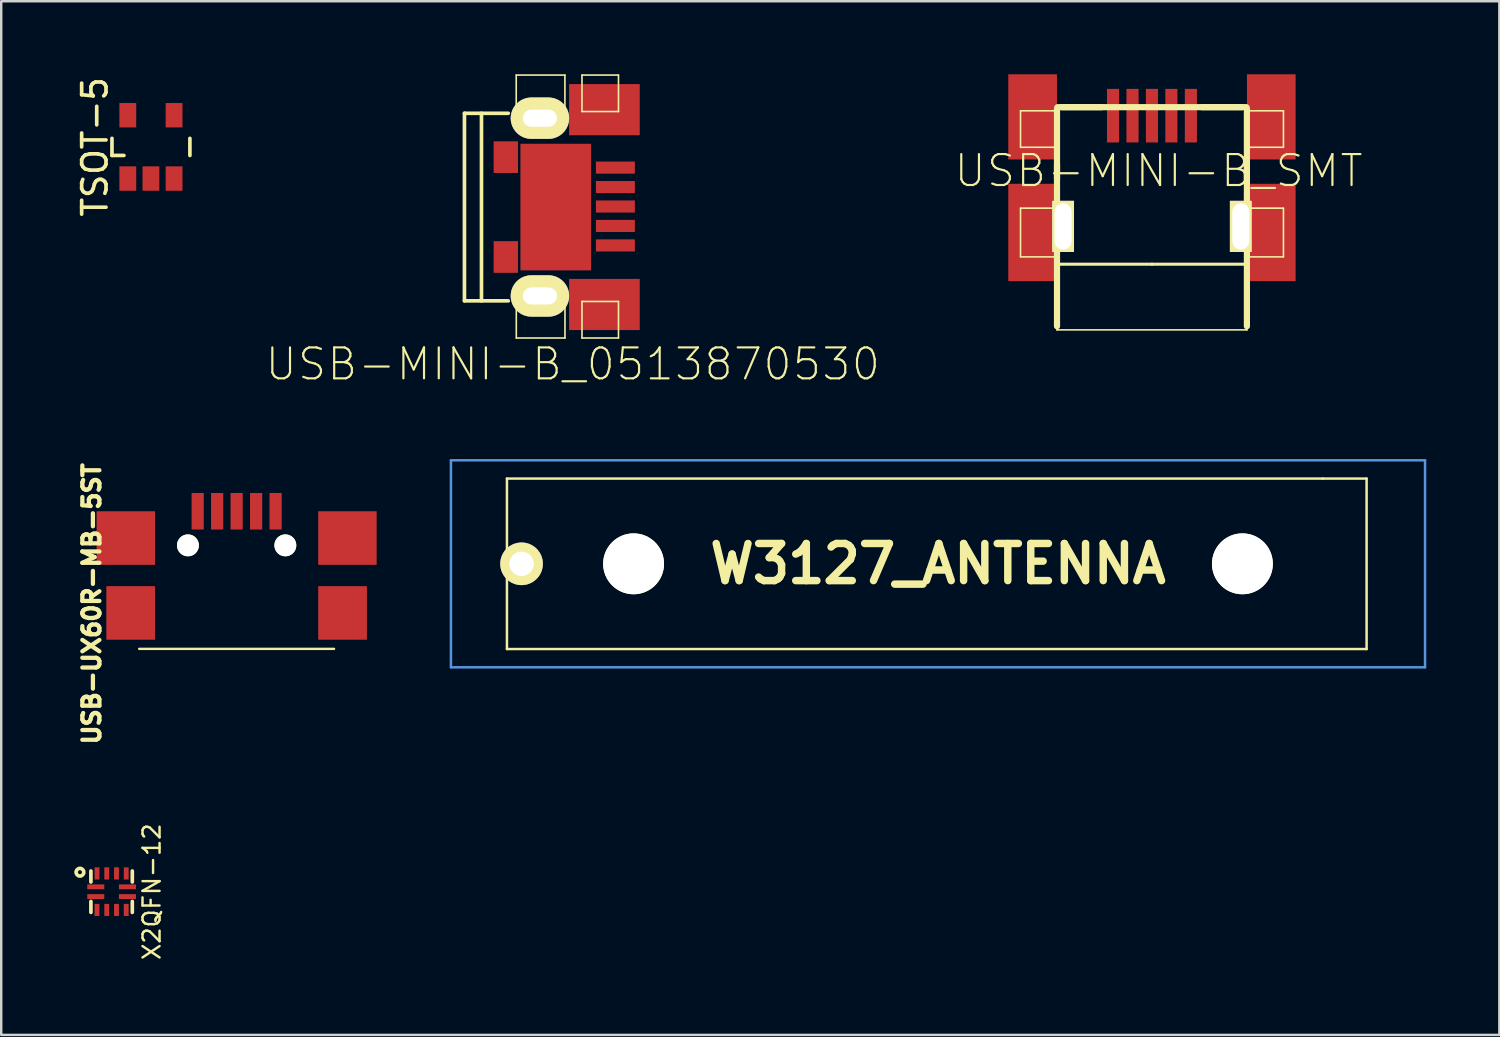
<source format=kicad_pcb>
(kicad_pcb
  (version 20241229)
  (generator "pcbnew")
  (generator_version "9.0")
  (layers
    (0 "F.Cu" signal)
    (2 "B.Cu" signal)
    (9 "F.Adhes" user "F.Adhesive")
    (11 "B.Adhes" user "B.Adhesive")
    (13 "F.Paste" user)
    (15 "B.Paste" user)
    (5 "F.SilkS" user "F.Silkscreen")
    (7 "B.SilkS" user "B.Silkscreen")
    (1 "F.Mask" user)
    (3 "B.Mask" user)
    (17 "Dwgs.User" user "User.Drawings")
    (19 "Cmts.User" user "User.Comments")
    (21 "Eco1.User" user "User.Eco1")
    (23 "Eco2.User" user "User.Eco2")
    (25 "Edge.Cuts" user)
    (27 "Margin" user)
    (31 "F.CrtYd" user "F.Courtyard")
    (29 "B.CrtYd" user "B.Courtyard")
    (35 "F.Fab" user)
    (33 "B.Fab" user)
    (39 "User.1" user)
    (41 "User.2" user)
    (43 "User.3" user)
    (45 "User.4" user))
  (footprint "W3127_ANTENNA"
    (layer "F.Cu")
    (at 35.467 20.102)
    (property "Reference" "W3127_ANTENNA" (at 0 0 0) (layer "F.SilkS") (effects (font (size 1.524 1.524) (thickness 0.305))))
    (attr through_hole)
    (fp_line (start -17.7 -3.5) (end 15.8 -3.5) (stroke (width 0.102) (type solid)) (layer "F.SilkS"))
    (fp_line (start -17.7 0) (end -17.7 -3.5) (stroke (width 0.102) (type solid)) (layer "F.SilkS"))
    (fp_line (start -17.7 3.5) (end -17.7 0) (stroke (width 0.102) (type solid)) (layer "F.SilkS"))
    (fp_line (start 15.8 -3.5) (end 17.6 -3.5) (stroke (width 0.102) (type solid)) (layer "F.SilkS"))
    (fp_line (start 17.6 -3.5) (end 17.6 3.5) (stroke (width 0.102) (type solid)) (layer "F.SilkS"))
    (fp_line (start 17.6 3.5) (end -17.7 3.5) (stroke (width 0.102) (type solid)) (layer "F.SilkS"))
    (fp_line (start -20 -4.25) (end 20 -4.25) (stroke (width 0.102) (type solid)) (layer "Cmts.User"))
    (fp_line (start -20 4.25) (end -20 -4.25) (stroke (width 0.102) (type solid)) (layer "Cmts.User"))
    (fp_line (start 20 -4.25) (end 20 4.25) (stroke (width 0.102) (type solid)) (layer "Cmts.User"))
    (fp_line (start 20 4.25) (end -20 4.25) (stroke (width 0.102) (type solid)) (layer "Cmts.User"))
    (pad "" np_thru_hole circle (at -12.5 0) (size 2.5 2.5) (drill 2.5) (layers "*.Cu" "*.Mask" "F.SilkS"))
    (pad "" np_thru_hole circle (at 12.5 0) (size 2.5 2.5) (drill 2.5) (layers "*.Cu" "*.Mask" "F.SilkS"))
    (pad "1" thru_hole circle (at -17.1 0) (size 1.75 1.75) (drill 1) (layers "*.Cu" "*.Mask" "F.SilkS")))
  (footprint "USB-MINI-B_SMT"
    (layer "F.Cu")
    (at 44.253 5.198)
    (property "Reference" "USB-MINI-B_SMT" (at 0.274 -1.234 0) (layer "F.SilkS") (effects (font (size 1.27 1.27) (thickness 0.089))))
    (attr smd)
    (fp_line (start -5.397 -3.698) (end -3.899 -3.698) (stroke (width 0.066) (type solid)) (layer "F.SilkS"))
    (fp_line (start -5.397 -2.2) (end -5.397 -3.698) (stroke (width 0.066) (type solid)) (layer "F.SilkS"))
    (fp_line (start -5.397 -2.2) (end -3.899 -2.2) (stroke (width 0.066) (type solid)) (layer "F.SilkS"))
    (fp_line (start -5.397 0.3) (end -3.899 0.3) (stroke (width 0.066) (type solid)) (layer "F.SilkS"))
    (fp_line (start -5.397 2.299) (end -5.397 0.3) (stroke (width 0.066) (type solid)) (layer "F.SilkS"))
    (fp_line (start -5.397 2.299) (end -3.899 2.299) (stroke (width 0.066) (type solid)) (layer "F.SilkS"))
    (fp_line (start -3.899 -2.2) (end -3.899 -3.698) (stroke (width 0.066) (type solid)) (layer "F.SilkS"))
    (fp_line (start -3.899 -1.496) (end -3.899 -0.899) (stroke (width 0.254) (type solid)) (layer "F.SilkS"))
    (fp_line (start -3.899 2.299) (end -3.899 0.3) (stroke (width 0.066) (type solid)) (layer "F.SilkS"))
    (fp_line (start -3.899 5.149) (end -3.899 -3.8) (stroke (width 0.254) (type solid)) (layer "F.SilkS"))
    (fp_line (start -3.899 5.298) (end -3.899 2.098) (stroke (width 0.066) (type solid)) (layer "F.SilkS"))
    (fp_line (start -3.899 5.298) (end 3.899 5.298) (stroke (width 0.066) (type solid)) (layer "F.SilkS"))
    (fp_line (start -3.876 -3.848) (end 3.876 -3.848) (stroke (width 0.254) (type solid)) (layer "F.SilkS"))
    (fp_line (start -3.696 -3.848) (end -2.05 -3.848) (stroke (width 0.254) (type solid)) (layer "F.SilkS"))
    (fp_line (start 0 2.601) (end -3.8 2.601) (stroke (width 0.127) (type solid)) (layer "F.SilkS"))
    (fp_line (start 0 2.601) (end 3.8 2.601) (stroke (width 0.127) (type solid)) (layer "F.SilkS"))
    (fp_line (start 3.696 -3.848) (end 2.05 -3.848) (stroke (width 0.254) (type solid)) (layer "F.SilkS"))
    (fp_line (start 3.899 -3.698) (end 5.4 -3.698) (stroke (width 0.066) (type solid)) (layer "F.SilkS"))
    (fp_line (start 3.899 -2.2) (end 3.899 -3.698) (stroke (width 0.066) (type solid)) (layer "F.SilkS"))
    (fp_line (start 3.899 -2.2) (end 5.4 -2.2) (stroke (width 0.066) (type solid)) (layer "F.SilkS"))
    (fp_line (start 3.899 -1.496) (end 3.899 -0.899) (stroke (width 0.254) (type solid)) (layer "F.SilkS"))
    (fp_line (start 3.899 0.3) (end 5.4 0.3) (stroke (width 0.066) (type solid)) (layer "F.SilkS"))
    (fp_line (start 3.899 2.299) (end 3.899 0.3) (stroke (width 0.066) (type solid)) (layer "F.SilkS"))
    (fp_line (start 3.899 2.299) (end 5.4 2.299) (stroke (width 0.066) (type solid)) (layer "F.SilkS"))
    (fp_line (start 3.899 5.149) (end 3.899 -3.8) (stroke (width 0.254) (type solid)) (layer "F.SilkS"))
    (fp_line (start 3.899 5.298) (end 3.899 2.098) (stroke (width 0.066) (type solid)) (layer "F.SilkS"))
    (fp_line (start 5.4 -2.2) (end 5.4 -3.698) (stroke (width 0.066) (type solid)) (layer "F.SilkS"))
    (fp_line (start 5.4 2.299) (end 5.4 0.3) (stroke (width 0.066) (type solid)) (layer "F.SilkS"))
    (pad "1" smd rect (at -1.598 -3.498) (size 0.498 2.2) (layers "F.Cu" "F.Mask" "F.Paste"))
    (pad "2" smd rect (at -0.798 -3.498) (size 0.498 2.2) (layers "F.Cu" "F.Mask" "F.Paste"))
    (pad "3" smd rect (at 0 -3.498) (size 0.498 2.2) (layers "F.Cu" "F.Mask" "F.Paste"))
    (pad "4" smd rect (at 0.798 -3.498) (size 0.498 2.2) (layers "F.Cu" "F.Mask" "F.Paste"))
    (pad "5" smd rect (at 1.598 -3.498) (size 0.498 2.2) (layers "F.Cu" "F.Mask" "F.Paste"))
    (pad "6" smd rect (at -4.9 1.298) (size 1.999 3.998) (layers "F.Cu" "F.Mask" "F.Paste"))
    (pad "6" thru_hole rect (at -3.65 1.049) (size 0.899 2.101) (drill oval 0.701 1.9) (layers "*.Cu" "*.Mask" "F.SilkS"))
    (pad "6" thru_hole rect (at 3.65 1.049) (size 0.899 2.101) (drill oval 0.701 1.9) (layers "*.Cu" "*.Mask" "F.SilkS"))
    (pad "6" smd rect (at 4.9 -3.449) (size 1.999 3.498) (layers "F.Cu" "F.Mask" "F.Paste"))
    (pad "6" smd rect (at 4.9 1.298) (size 1.999 3.998) (layers "F.Cu" "F.Mask" "F.Paste"))
    (pad "66" smd rect (at -4.9 -3.449) (size 1.999 3.498) (layers "F.Cu" "F.Mask" "F.Paste")))
  (footprint "X2QFN-12"
    (layer "F.Cu")
    (at 1.533 33.566)
    (property "Reference" "X2QFN-12" (at 1.65 0 90) (layer "F.SilkS") (effects (font (size 0.7 0.7) (thickness 0.1))))
    (attr through_hole)
    (fp_line (start -0.85 -0.4) (end -0.85 -0.85) (stroke (width 0.15) (type solid)) (layer "F.SilkS"))
    (fp_line (start -0.85 0.4) (end -0.85 0.85) (stroke (width 0.15) (type solid)) (layer "F.SilkS"))
    (fp_line (start 0.85 -0.4) (end 0.85 -0.85) (stroke (width 0.15) (type solid)) (layer "F.SilkS"))
    (fp_line (start 0.85 0.4) (end 0.85 0.85) (stroke (width 0.15) (type solid)) (layer "F.SilkS"))
    (fp_circle (center -1.3 -0.8) (end -1.15 -0.75) (stroke (width 0.15) (type solid)) (fill no) (layer "F.SilkS"))
    (pad "1" smd rect (at -0.65 -0.2) (size 0.7 0.2) (layers "F.Cu" "F.Mask" "F.Paste"))
    (pad "2" smd rect (at -0.65 0.2) (size 0.7 0.2) (layers "F.Cu" "F.Mask" "F.Paste"))
    (pad "3" smd rect (at -0.6 0.75 90) (size 0.5 0.2) (layers "F.Cu" "F.Mask" "F.Paste"))
    (pad "4" smd rect (at -0.2 0.75 90) (size 0.5 0.2) (layers "F.Cu" "F.Mask" "F.Paste"))
    (pad "5" smd rect (at 0.2 0.75 90) (size 0.5 0.2) (layers "F.Cu" "F.Mask" "F.Paste"))
    (pad "6" smd rect (at 0.6 0.75 90) (size 0.5 0.2) (layers "F.Cu" "F.Mask" "F.Paste"))
    (pad "7" smd rect (at 0.65 0.2) (size 0.7 0.2) (layers "F.Cu" "F.Mask" "F.Paste"))
    (pad "8" smd rect (at 0.65 -0.2) (size 0.7 0.2) (layers "F.Cu" "F.Mask" "F.Paste"))
    (pad "9" smd rect (at 0.6 -0.75 90) (size 0.5 0.2) (layers "F.Cu" "F.Mask" "F.Paste"))
    (pad "10" smd rect (at 0.2 -0.75 90) (size 0.5 0.2) (layers "F.Cu" "F.Mask" "F.Paste"))
    (pad "11" smd rect (at -0.2 -0.75 90) (size 0.5 0.2) (layers "F.Cu" "F.Mask" "F.Paste"))
    (pad "12" smd rect (at -0.6 -0.75 90) (size 0.5 0.2) (layers "F.Cu" "F.Mask" "F.Paste")))
  (footprint "USB-UX60R-MB-5ST"
    (layer "F.Cu")
    (at 6.667 19.344)
    (property "Reference" "USB-UX60R-MB-5ST" (at -5.95 2.4 90) (layer "F.SilkS") (effects (font (size 0.7 0.7) (thickness 0.175))))
    (attr through_hole)
    (fp_line (start -4 4.25) (end 4 4.25) (stroke (width 0.099) (type solid)) (layer "F.SilkS"))
    (pad "" np_thru_hole circle (at -2 0) (size 0.9 0.9) (drill 0.9) (layers "*.Cu" "*.Mask" "F.SilkS"))
    (pad "" np_thru_hole circle (at 2 0) (size 0.9 0.9) (drill 0.9) (layers "*.Cu" "*.Mask" "F.SilkS"))
    (pad "1" smd rect (at 1.6 -1.4) (size 0.5 1.5) (layers "F.Cu" "F.Mask" "F.Paste"))
    (pad "2" smd rect (at 0.8 -1.4) (size 0.5 1.5) (layers "F.Cu" "F.Mask" "F.Paste"))
    (pad "3" smd rect (at 0 -1.4) (size 0.5 1.5) (layers "F.Cu" "F.Mask" "F.Paste"))
    (pad "4" smd rect (at -0.8 -1.4) (size 0.5 1.5) (layers "F.Cu" "F.Mask" "F.Paste"))
    (pad "5" smd rect (at -4.55 -0.3) (size 2.4 2.2) (layers "F.Cu" "F.Mask" "F.Paste"))
    (pad "5" smd rect (at -4.35 2.775) (size 2 2.2) (layers "F.Cu" "F.Mask" "F.Paste"))
    (pad "5" smd rect (at -1.6 -1.4) (size 0.5 1.5) (layers "F.Cu" "F.Mask" "F.Paste"))
    (pad "5" smd rect (at 4.35 2.775) (size 2 2.2) (layers "F.Cu" "F.Mask" "F.Paste"))
    (pad "5" smd rect (at 4.55 -0.3) (size 2.4 2.2) (layers "F.Cu" "F.Mask" "F.Paste")))
  (footprint "TSOT-5"
    (layer "F.Cu")
    (at 3.148 2.982)
    (property "Reference" "TSOT-5" (at -2.3 0 90) (layer "F.SilkS") (effects (font (size 1 1) (thickness 0.15))))
    (attr smd)
    (fp_line (start -1.6 -0.351) (end -1.6 0.351) (stroke (width 0.15) (type solid)) (layer "F.SilkS"))
    (fp_line (start -1.6 0.351) (end -1.11 0.351) (stroke (width 0.15) (type solid)) (layer "F.SilkS"))
    (fp_line (start 1.6 -0.351) (end 1.6 0.351) (stroke (width 0.15) (type solid)) (layer "F.SilkS"))
    (pad "1" smd rect (at -0.95 1.3) (size 0.691 1.001) (layers "F.Cu" "F.Mask" "F.Paste"))
    (pad "2" smd rect (at 0 1.3) (size 0.691 1.001) (layers "F.Cu" "F.Mask" "F.Paste"))
    (pad "3" smd rect (at 0.95 1.3) (size 0.691 1.001) (layers "F.Cu" "F.Mask" "F.Paste"))
    (pad "4" smd rect (at 0.95 -1.3) (size 0.691 1.001) (layers "F.Cu" "F.Mask" "F.Paste"))
    (pad "5" smd rect (at -0.95 -1.3) (size 0.691 1.001) (layers "F.Cu" "F.Mask" "F.Paste")))
  (footprint "USB-MINI-B_0513870530"
    (layer "F.Cu")
    (at 19.121 5.453)
    (property "Reference" "USB-MINI-B_0513870530" (at 1.349 6.449 0) (layer "F.SilkS") (effects (font (size 1.27 1.27) (thickness 0.089))))
    (attr smd)
    (fp_line (start -3.099 -3.851) (end -3.099 3.851) (stroke (width 0.15) (type solid)) (layer "F.SilkS"))
    (fp_line (start -3.099 -3.851) (end -1.3 -3.851) (stroke (width 0.15) (type solid)) (layer "F.SilkS"))
    (fp_line (start -3.099 3.851) (end -1.3 3.851) (stroke (width 0.15) (type solid)) (layer "F.SilkS"))
    (fp_line (start -2.4 3.851) (end -2.4 -3.851) (stroke (width 0.15) (type solid)) (layer "F.SilkS"))
    (fp_line (start -0.973 -5.42) (end -0.973 -3.922) (stroke (width 0.066) (type solid)) (layer "F.SilkS"))
    (fp_line (start -0.973 -5.42) (end 1.026 -5.42) (stroke (width 0.066) (type solid)) (layer "F.SilkS"))
    (fp_line (start -0.97 3.876) (end -0.97 5.377) (stroke (width 0.066) (type solid)) (layer "F.SilkS"))
    (fp_line (start -0.97 5.377) (end 1.029 5.377) (stroke (width 0.066) (type solid)) (layer "F.SilkS"))
    (fp_line (start 1.026 -5.42) (end 1.026 -3.922) (stroke (width 0.066) (type solid)) (layer "F.SilkS"))
    (fp_line (start 1.029 3.876) (end 1.029 5.377) (stroke (width 0.066) (type solid)) (layer "F.SilkS"))
    (fp_line (start 1.727 -5.42) (end 1.727 -3.922) (stroke (width 0.066) (type solid)) (layer "F.SilkS"))
    (fp_line (start 1.727 -5.42) (end 3.226 -5.42) (stroke (width 0.066) (type solid)) (layer "F.SilkS"))
    (fp_line (start 1.727 -3.922) (end 3.226 -3.922) (stroke (width 0.066) (type solid)) (layer "F.SilkS"))
    (fp_line (start 1.727 3.876) (end 1.727 5.377) (stroke (width 0.066) (type solid)) (layer "F.SilkS"))
    (fp_line (start 1.727 3.876) (end 3.226 3.876) (stroke (width 0.066) (type solid)) (layer "F.SilkS"))
    (fp_line (start 1.727 5.377) (end 3.226 5.377) (stroke (width 0.066) (type solid)) (layer "F.SilkS"))
    (fp_line (start 3.226 -5.42) (end 3.226 -3.922) (stroke (width 0.066) (type solid)) (layer "F.SilkS"))
    (fp_line (start 3.226 3.876) (end 3.226 5.377) (stroke (width 0.066) (type solid)) (layer "F.SilkS"))
    (pad "1" smd rect (at 3.099 -1.621 270) (size 0.498 1.6) (layers "F.Cu" "F.Mask" "F.Paste"))
    (pad "2" smd rect (at 3.099 -0.82 270) (size 0.498 1.6) (layers "F.Cu" "F.Mask" "F.Paste"))
    (pad "3" smd rect (at 3.099 -0.023 270) (size 0.498 1.6) (layers "F.Cu" "F.Mask" "F.Paste"))
    (pad "4" smd rect (at 3.099 0.775 270) (size 0.498 1.6) (layers "F.Cu" "F.Mask" "F.Paste"))
    (pad "5" smd rect (at 3.099 1.575 270) (size 0.498 1.6) (layers "F.Cu" "F.Mask" "F.Paste"))
    (pad "6" smd rect (at -1.4 -2.05 270) (size 1.3 1.001) (layers "F.Cu" "F.Mask" "F.Paste"))
    (pad "6" smd rect (at -1.4 2.05 270) (size 1.3 1.001) (layers "F.Cu" "F.Mask" "F.Paste"))
    (pad "6" thru_hole oval (at 0 -3.65 270) (size 1.699 2.4) (drill oval 0.701 1.4) (layers "*.Cu" "*.Mask" "F.SilkS"))
    (pad "6" thru_hole oval (at 0 3.65 270) (size 1.699 2.4) (drill oval 0.701 1.4) (layers "*.Cu" "*.Mask" "F.SilkS"))
    (pad "6" smd rect (at 0.65 0) (size 2.901 5.199) (layers "F.Cu" "F.Mask" "F.Paste"))
    (pad "6" smd rect (at 2.649 -4 270) (size 2.101 2.901) (layers "F.Cu" "F.Mask" "F.Paste"))
    (pad "6" smd rect (at 2.649 4 270) (size 2.101 2.901) (layers "F.Cu" "F.Mask" "F.Paste")))
  (gr_rect
    (start -3 -3)
    (end 58.518 39.446)
    (stroke (width 0.1) (type default))
    (fill no)
    (layer "Edge.Cuts")))
</source>
